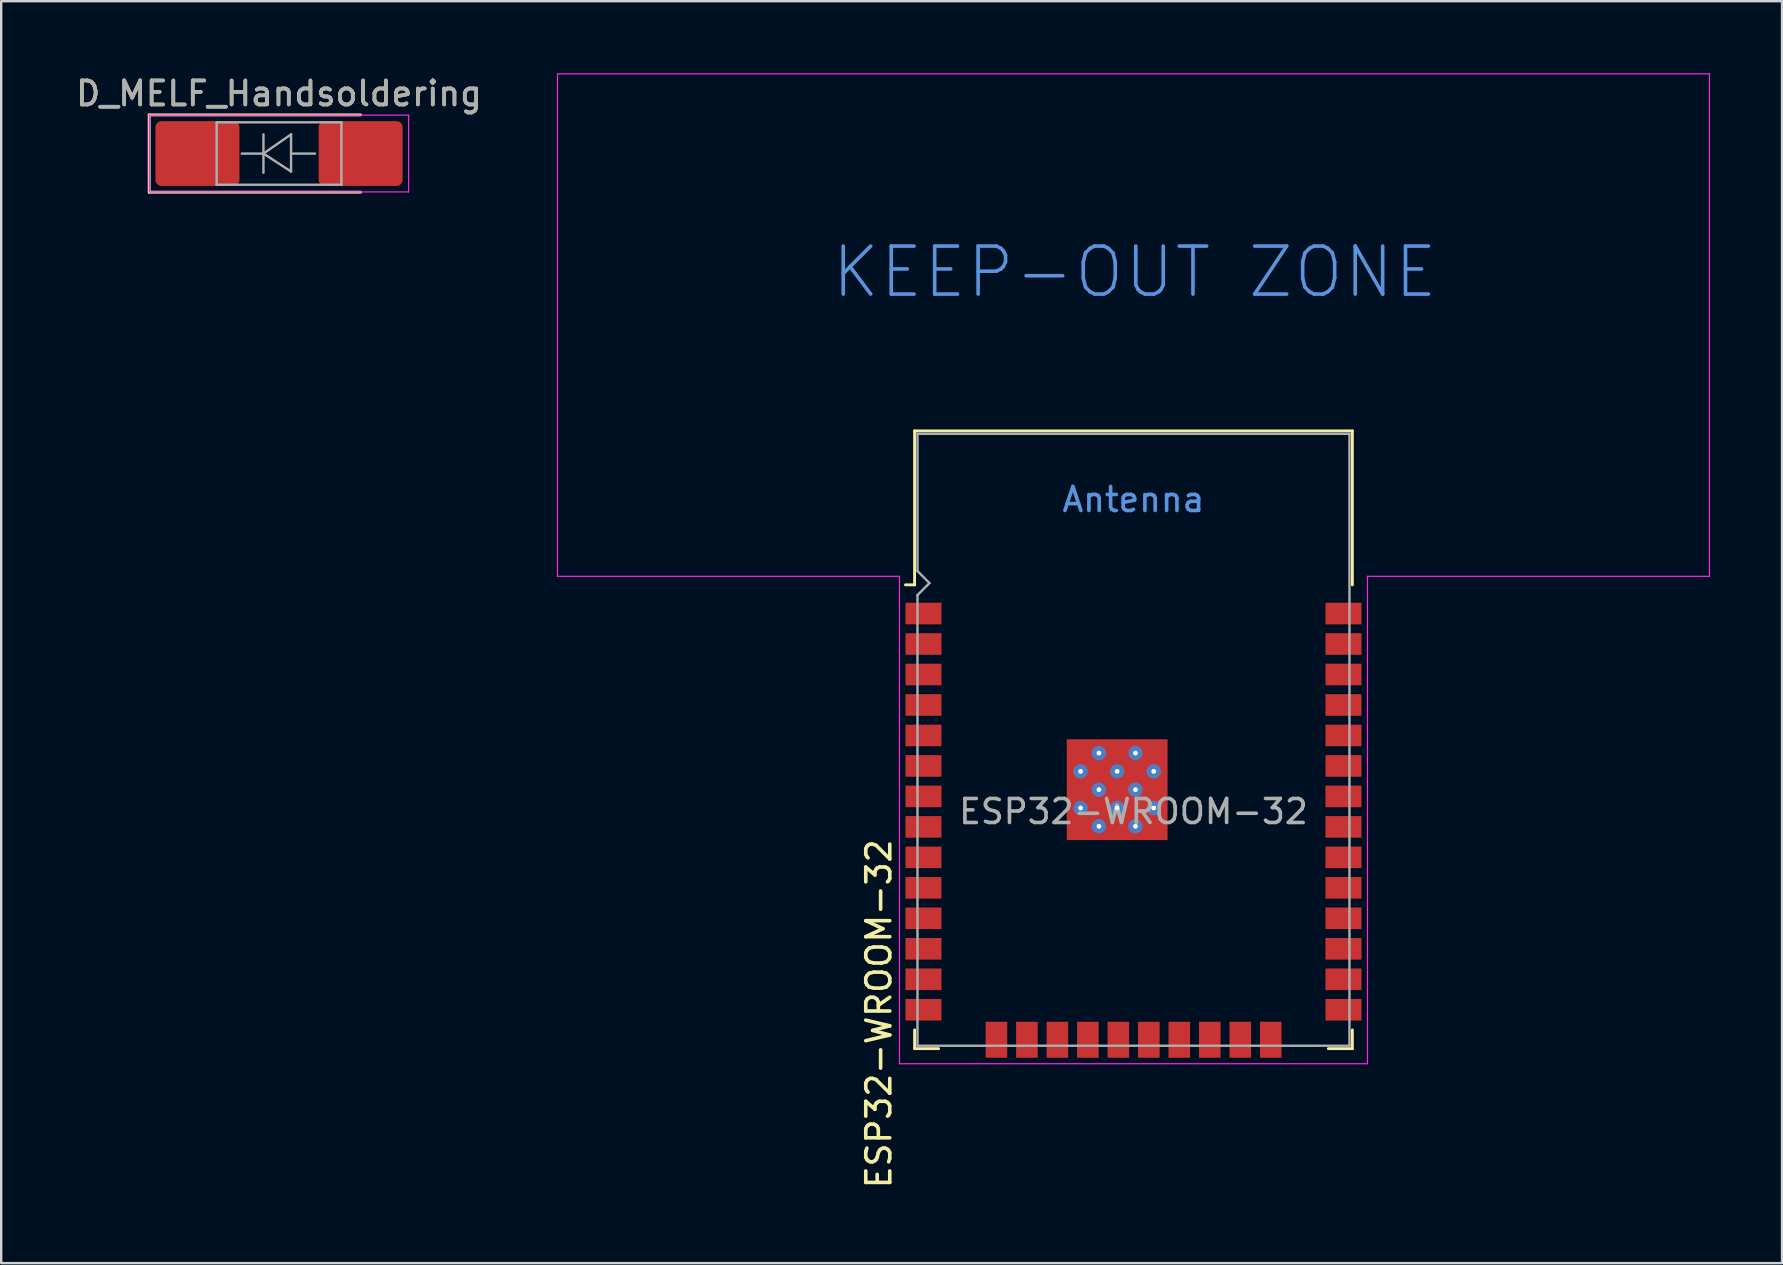
<source format=kicad_pcb>
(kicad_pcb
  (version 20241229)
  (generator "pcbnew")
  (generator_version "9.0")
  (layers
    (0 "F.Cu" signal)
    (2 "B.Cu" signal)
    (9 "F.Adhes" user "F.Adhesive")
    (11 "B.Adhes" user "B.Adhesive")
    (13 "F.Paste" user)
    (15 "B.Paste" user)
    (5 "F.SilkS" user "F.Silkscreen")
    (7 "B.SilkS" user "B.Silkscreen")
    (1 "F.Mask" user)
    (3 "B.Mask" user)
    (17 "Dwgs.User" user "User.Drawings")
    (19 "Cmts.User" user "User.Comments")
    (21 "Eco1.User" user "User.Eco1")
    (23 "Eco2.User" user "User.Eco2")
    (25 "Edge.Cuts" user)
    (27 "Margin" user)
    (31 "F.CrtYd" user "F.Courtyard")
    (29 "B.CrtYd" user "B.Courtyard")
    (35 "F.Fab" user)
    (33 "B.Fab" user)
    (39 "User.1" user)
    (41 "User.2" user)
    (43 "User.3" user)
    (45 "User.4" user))
  (footprint "D_MELF_Handsoldering"
    (layer "F.Cu")
    (at 8.577 3.348)
    (property "Reference" "D_MELF_Handsoldering" (at 0 -2.5 0) (layer "F.SilkS") (effects (font (size 1 1) (thickness 0.15))))
    (attr smd)
    (fp_line (start -5.41 -1.61) (end -5.41 1.61) (stroke (width 0.12) (type solid)) (layer "F.SilkS"))
    (fp_line (start -5.41 1.61) (end 3.4 1.61) (stroke (width 0.12) (type solid)) (layer "F.SilkS"))
    (fp_line (start 3.4 -1.61) (end -5.41 -1.61) (stroke (width 0.12) (type solid)) (layer "F.SilkS"))
    (fp_line (start -5.4 -1.6) (end 5.4 -1.6) (stroke (width 0.05) (type solid)) (layer "F.CrtYd"))
    (fp_line (start -5.4 1.6) (end -5.4 -1.6) (stroke (width 0.05) (type solid)) (layer "F.CrtYd"))
    (fp_line (start 5.4 -1.6) (end 5.4 1.6) (stroke (width 0.05) (type solid)) (layer "F.CrtYd"))
    (fp_line (start 5.4 1.6) (end -5.4 1.6) (stroke (width 0.05) (type solid)) (layer "F.CrtYd"))
    (fp_line (start -2.6 -1.3) (end -2.6 1.3) (stroke (width 0.1) (type solid)) (layer "F.Fab"))
    (fp_line (start -2.6 1.3) (end 2.6 1.3) (stroke (width 0.1) (type solid)) (layer "F.Fab"))
    (fp_line (start -0.649 -0.799) (end -0.649 0.801) (stroke (width 0.1) (type solid)) (layer "F.Fab"))
    (fp_line (start -0.649 0.001) (end -1.551 0.001) (stroke (width 0.1) (type solid)) (layer "F.Fab"))
    (fp_line (start -0.649 0.001) (end 0.501 -0.799) (stroke (width 0.1) (type solid)) (layer "F.Fab"))
    (fp_line (start -0.649 0.001) (end 0.501 0.75) (stroke (width 0.1) (type solid)) (layer "F.Fab"))
    (fp_line (start 0.501 0.001) (end 1.499 0.001) (stroke (width 0.1) (type solid)) (layer "F.Fab"))
    (fp_line (start 0.501 0.75) (end 0.501 -0.799) (stroke (width 0.1) (type solid)) (layer "F.Fab"))
    (fp_line (start 2.6 -1.3) (end -2.6 -1.3) (stroke (width 0.1) (type solid)) (layer "F.Fab"))
    (fp_line (start 2.6 1.3) (end 2.6 -1.3) (stroke (width 0.1) (type solid)) (layer "F.Fab"))
    (fp_text user "${REFERENCE}" (at 0 -2.5 0) (layer "F.Fab") (effects (font (size 1 1) (thickness 0.15))))
    (pad "1" smd roundrect (at -3.4 0) (size 3.5 2.7) (layers "F.Cu" "F.Mask" "F.Paste") (roundrect_rratio 0.093))
    (pad "2" smd roundrect (at 3.4 0) (size 3.5 2.7) (layers "F.Cu" "F.Mask" "F.Paste") (roundrect_rratio 0.093)))
  (footprint "ESP32-WROOM-32"
    (layer "F.Cu")
    (at 44.18 30.765)
    (property "Reference" "ESP32-WROOM-32" (at -10.61 8.43 90) (layer "F.SilkS") (effects (font (size 1 1) (thickness 0.15))))
    (attr smd)
    (fp_line (start -9.12 -15.86) (end -9.12 -9.445) (stroke (width 0.12) (type solid)) (layer "F.SilkS"))
    (fp_line (start -9.12 -15.86) (end 9.12 -15.86) (stroke (width 0.12) (type solid)) (layer "F.SilkS"))
    (fp_line (start -9.12 -9.445) (end -9.5 -9.445) (stroke (width 0.12) (type solid)) (layer "F.SilkS"))
    (fp_line (start -9.12 9.1) (end -9.12 9.88) (stroke (width 0.12) (type solid)) (layer "F.SilkS"))
    (fp_line (start -9.12 9.88) (end -8.12 9.88) (stroke (width 0.12) (type solid)) (layer "F.SilkS"))
    (fp_line (start 9.12 -15.86) (end 9.12 -9.445) (stroke (width 0.12) (type solid)) (layer "F.SilkS"))
    (fp_line (start 9.12 9.1) (end 9.12 9.88) (stroke (width 0.12) (type solid)) (layer "F.SilkS"))
    (fp_line (start 9.12 9.88) (end 8.12 9.88) (stroke (width 0.12) (type solid)) (layer "F.SilkS"))
    (fp_line (start -24 -30.74) (end -24 -9.8) (stroke (width 0.05) (type solid)) (layer "F.CrtYd"))
    (fp_line (start -24 -9.8) (end -9.75 -9.8) (stroke (width 0.05) (type solid)) (layer "F.CrtYd"))
    (fp_line (start -9.75 10.51) (end -9.75 -9.8) (stroke (width 0.05) (type solid)) (layer "F.CrtYd"))
    (fp_line (start -9.75 10.51) (end 9.75 10.51) (stroke (width 0.05) (type solid)) (layer "F.CrtYd"))
    (fp_line (start 9.75 -9.8) (end 9.75 10.51) (stroke (width 0.05) (type solid)) (layer "F.CrtYd"))
    (fp_line (start 9.75 -9.8) (end 24 -9.8) (stroke (width 0.05) (type solid)) (layer "F.CrtYd"))
    (fp_line (start 24 -30.74) (end -24 -30.74) (stroke (width 0.05) (type solid)) (layer "F.CrtYd"))
    (fp_line (start 24 -9.8) (end 24 -30.74) (stroke (width 0.05) (type solid)) (layer "F.CrtYd"))
    (fp_line (start -9 -15.74) (end -9 -10.02) (stroke (width 0.1) (type solid)) (layer "F.Fab"))
    (fp_line (start -9 -15.74) (end 9 -15.74) (stroke (width 0.1) (type solid)) (layer "F.Fab"))
    (fp_line (start -9 -9.02) (end -9 9.76) (stroke (width 0.1) (type solid)) (layer "F.Fab"))
    (fp_line (start -9 -9.02) (end -8.5 -9.52) (stroke (width 0.1) (type solid)) (layer "F.Fab"))
    (fp_line (start -9 9.76) (end 9 9.76) (stroke (width 0.1) (type solid)) (layer "F.Fab"))
    (fp_line (start -8.5 -9.52) (end -9 -10.02) (stroke (width 0.1) (type solid)) (layer "F.Fab"))
    (fp_line (start 9 9.76) (end 9 -15.74) (stroke (width 0.1) (type solid)) (layer "F.Fab"))
    (fp_text user "Antenna" (at 0 -13 0) (layer "Cmts.User") (effects (font (size 1 1) (thickness 0.15))))
    (fp_text user "KEEP-OUT ZONE" (at 0.05 -22.48 0) (layer "Cmts.User") (effects (font (size 2 2) (thickness 0.15))))
    (fp_text user "${REFERENCE}" (at 0 0 0) (layer "F.Fab") (effects (font (size 1 1) (thickness 0.15))))
    (pad "1" smd rect (at -8.75 -8.25) (size 1.5 0.9) (layers "F.Cu" "F.Mask" "F.Paste"))
    (pad "2" smd rect (at -8.75 -6.98) (size 1.5 0.9) (layers "F.Cu" "F.Mask" "F.Paste"))
    (pad "3" smd rect (at -8.75 -5.71) (size 1.5 0.9) (layers "F.Cu" "F.Mask" "F.Paste"))
    (pad "4" smd rect (at -8.75 -4.44) (size 1.5 0.9) (layers "F.Cu" "F.Mask" "F.Paste"))
    (pad "5" smd rect (at -8.75 -3.17) (size 1.5 0.9) (layers "F.Cu" "F.Mask" "F.Paste"))
    (pad "6" smd rect (at -8.75 -1.9) (size 1.5 0.9) (layers "F.Cu" "F.Mask" "F.Paste"))
    (pad "7" smd rect (at -8.75 -0.63) (size 1.5 0.9) (layers "F.Cu" "F.Mask" "F.Paste"))
    (pad "8" smd rect (at -8.75 0.64) (size 1.5 0.9) (layers "F.Cu" "F.Mask" "F.Paste"))
    (pad "9" smd rect (at -8.75 1.91) (size 1.5 0.9) (layers "F.Cu" "F.Mask" "F.Paste"))
    (pad "10" smd rect (at -8.75 3.18) (size 1.5 0.9) (layers "F.Cu" "F.Mask" "F.Paste"))
    (pad "11" smd rect (at -8.75 4.45) (size 1.5 0.9) (layers "F.Cu" "F.Mask" "F.Paste"))
    (pad "12" smd rect (at -8.75 5.72) (size 1.5 0.9) (layers "F.Cu" "F.Mask" "F.Paste"))
    (pad "13" smd rect (at -8.75 6.99) (size 1.5 0.9) (layers "F.Cu" "F.Mask" "F.Paste"))
    (pad "14" smd rect (at -8.75 8.26) (size 1.5 0.9) (layers "F.Cu" "F.Mask" "F.Paste"))
    (pad "15" smd rect (at -5.71 9.51 90) (size 1.5 0.9) (layers "F.Cu" "F.Mask" "F.Paste"))
    (pad "16" smd rect (at -4.44 9.51 90) (size 1.5 0.9) (layers "F.Cu" "F.Mask" "F.Paste"))
    (pad "17" smd rect (at -3.17 9.51 90) (size 1.5 0.9) (layers "F.Cu" "F.Mask" "F.Paste"))
    (pad "18" smd rect (at -1.9 9.51 90) (size 1.5 0.9) (layers "F.Cu" "F.Mask" "F.Paste"))
    (pad "19" smd rect (at -0.63 9.51 90) (size 1.5 0.9) (layers "F.Cu" "F.Mask" "F.Paste"))
    (pad "20" smd rect (at 0.64 9.51 90) (size 1.5 0.9) (layers "F.Cu" "F.Mask" "F.Paste"))
    (pad "21" smd rect (at 1.91 9.51 90) (size 1.5 0.9) (layers "F.Cu" "F.Mask" "F.Paste"))
    (pad "22" smd rect (at 3.18 9.51 90) (size 1.5 0.9) (layers "F.Cu" "F.Mask" "F.Paste"))
    (pad "23" smd rect (at 4.45 9.51 90) (size 1.5 0.9) (layers "F.Cu" "F.Mask" "F.Paste"))
    (pad "24" smd rect (at 5.72 9.51 90) (size 1.5 0.9) (layers "F.Cu" "F.Mask" "F.Paste"))
    (pad "25" smd rect (at 8.75 8.26) (size 1.5 0.9) (layers "F.Cu" "F.Mask" "F.Paste"))
    (pad "26" smd rect (at 8.75 6.99) (size 1.5 0.9) (layers "F.Cu" "F.Mask" "F.Paste"))
    (pad "27" smd rect (at 8.75 5.72) (size 1.5 0.9) (layers "F.Cu" "F.Mask" "F.Paste"))
    (pad "28" smd rect (at 8.75 4.45) (size 1.5 0.9) (layers "F.Cu" "F.Mask" "F.Paste"))
    (pad "29" smd rect (at 8.75 3.18) (size 1.5 0.9) (layers "F.Cu" "F.Mask" "F.Paste"))
    (pad "30" smd rect (at 8.75 1.91) (size 1.5 0.9) (layers "F.Cu" "F.Mask" "F.Paste"))
    (pad "31" smd rect (at 8.75 0.64) (size 1.5 0.9) (layers "F.Cu" "F.Mask" "F.Paste"))
    (pad "32" smd rect (at 8.75 -0.63) (size 1.5 0.9) (layers "F.Cu" "F.Mask" "F.Paste"))
    (pad "33" smd rect (at 8.75 -1.9) (size 1.5 0.9) (layers "F.Cu" "F.Mask" "F.Paste"))
    (pad "34" smd rect (at 8.75 -3.17) (size 1.5 0.9) (layers "F.Cu" "F.Mask" "F.Paste"))
    (pad "35" smd rect (at 8.75 -4.44) (size 1.5 0.9) (layers "F.Cu" "F.Mask" "F.Paste"))
    (pad "36" smd rect (at 8.75 -5.71) (size 1.5 0.9) (layers "F.Cu" "F.Mask" "F.Paste"))
    (pad "37" smd rect (at 8.75 -6.98) (size 1.5 0.9) (layers "F.Cu" "F.Mask" "F.Paste"))
    (pad "38" smd rect (at 8.75 -8.25) (size 1.5 0.9) (layers "F.Cu" "F.Mask" "F.Paste"))
    (pad "39" smd rect (at -2.205 -2.435) (size 1.05 1.05) (layers "F.Cu" "F.Paste"))
    (pad "39" thru_hole circle (at -2.205 -1.673) (size 0.6 0.6) (drill 0.2) (property pad_prop_heatsink) (layers "*.Cu" "F.Mask"))
    (pad "39" smd rect (at -2.205 -0.91) (size 1.05 1.05) (layers "F.Cu" "F.Paste"))
    (pad "39" thru_hole circle (at -2.205 -0.147) (size 0.6 0.6) (drill 0.2) (property pad_prop_heatsink) (layers "*.Cu" "F.Mask"))
    (pad "39" smd rect (at -2.205 0.615) (size 1.05 1.05) (layers "F.Cu" "F.Paste"))
    (pad "39" thru_hole circle (at -1.442 -2.435) (size 0.6 0.6) (drill 0.2) (property pad_prop_heatsink) (layers "*.Cu" "F.Mask"))
    (pad "39" thru_hole circle (at -1.442 -0.91) (size 0.6 0.6) (drill 0.2) (property pad_prop_heatsink) (layers "*.Cu" "F.Mask"))
    (pad "39" thru_hole circle (at -1.442 0.615) (size 0.6 0.6) (drill 0.2) (property pad_prop_heatsink) (layers "*.Cu" "F.Mask"))
    (pad "39" smd rect (at -0.68 -2.435) (size 1.05 1.05) (layers "F.Cu" "F.Paste"))
    (pad "39" thru_hole circle (at -0.68 -1.673) (size 0.6 0.6) (drill 0.2) (property pad_prop_heatsink) (layers "*.Cu" "F.Mask"))
    (pad "39" smd rect (at -0.68 -0.91) (size 1.05 1.05) (layers "F.Cu" "F.Paste"))
    (pad "39" smd rect (at -0.68 -0.91) (size 4.2 4.2) (layers "F.Cu" "F.Mask"))
    (pad "39" thru_hole circle (at -0.68 -0.147) (size 0.6 0.6) (drill 0.2) (property pad_prop_heatsink) (layers "*.Cu" "F.Mask"))
    (pad "39" smd rect (at -0.68 0.615) (size 1.05 1.05) (layers "F.Cu" "F.Paste"))
    (pad "39" thru_hole circle (at 0.083 -2.435) (size 0.6 0.6) (drill 0.2) (property pad_prop_heatsink) (layers "*.Cu" "F.Mask"))
    (pad "39" thru_hole circle (at 0.083 -0.91) (size 0.6 0.6) (drill 0.2) (property pad_prop_heatsink) (layers "*.Cu" "F.Mask"))
    (pad "39" thru_hole circle (at 0.083 0.615) (size 0.6 0.6) (drill 0.2) (property pad_prop_heatsink) (layers "*.Cu" "F.Mask"))
    (pad "39" smd rect (at 0.845 -2.435) (size 1.05 1.05) (layers "F.Cu" "F.Paste"))
    (pad "39" thru_hole circle (at 0.845 -1.673) (size 0.6 0.6) (drill 0.2) (property pad_prop_heatsink) (layers "*.Cu" "F.Mask"))
    (pad "39" smd rect (at 0.845 -0.91) (size 1.05 1.05) (layers "F.Cu" "F.Paste"))
    (pad "39" thru_hole circle (at 0.845 -0.147) (size 0.6 0.6) (drill 0.2) (property pad_prop_heatsink) (layers "*.Cu" "F.Mask"))
    (pad "39" smd rect (at 0.845 0.615) (size 1.05 1.05) (layers "F.Cu" "F.Paste"))
    (zone (net_name "") (layers "F.Cu" "B.Cu") (hatch full 0.508) (connect_pads) (min_thickness 0.254) (filled_areas_thickness no) (keepout (tracks not_allowed) (vias not_allowed) (pads not_allowed) (copperpour not_allowed) (footprints not_allowed)) (placement (enabled no)) (fill) (polygon (pts (xy 20.18 20.965) (xy 68.18 20.965) (xy 68.18 0.025) (xy 20.18 0.025)))))
  (gr_rect
    (start -3 -3)
    (end 71.205 49.582)
    (stroke (width 0.1) (type default))
    (fill no)
    (layer "Edge.Cuts")))
</source>
